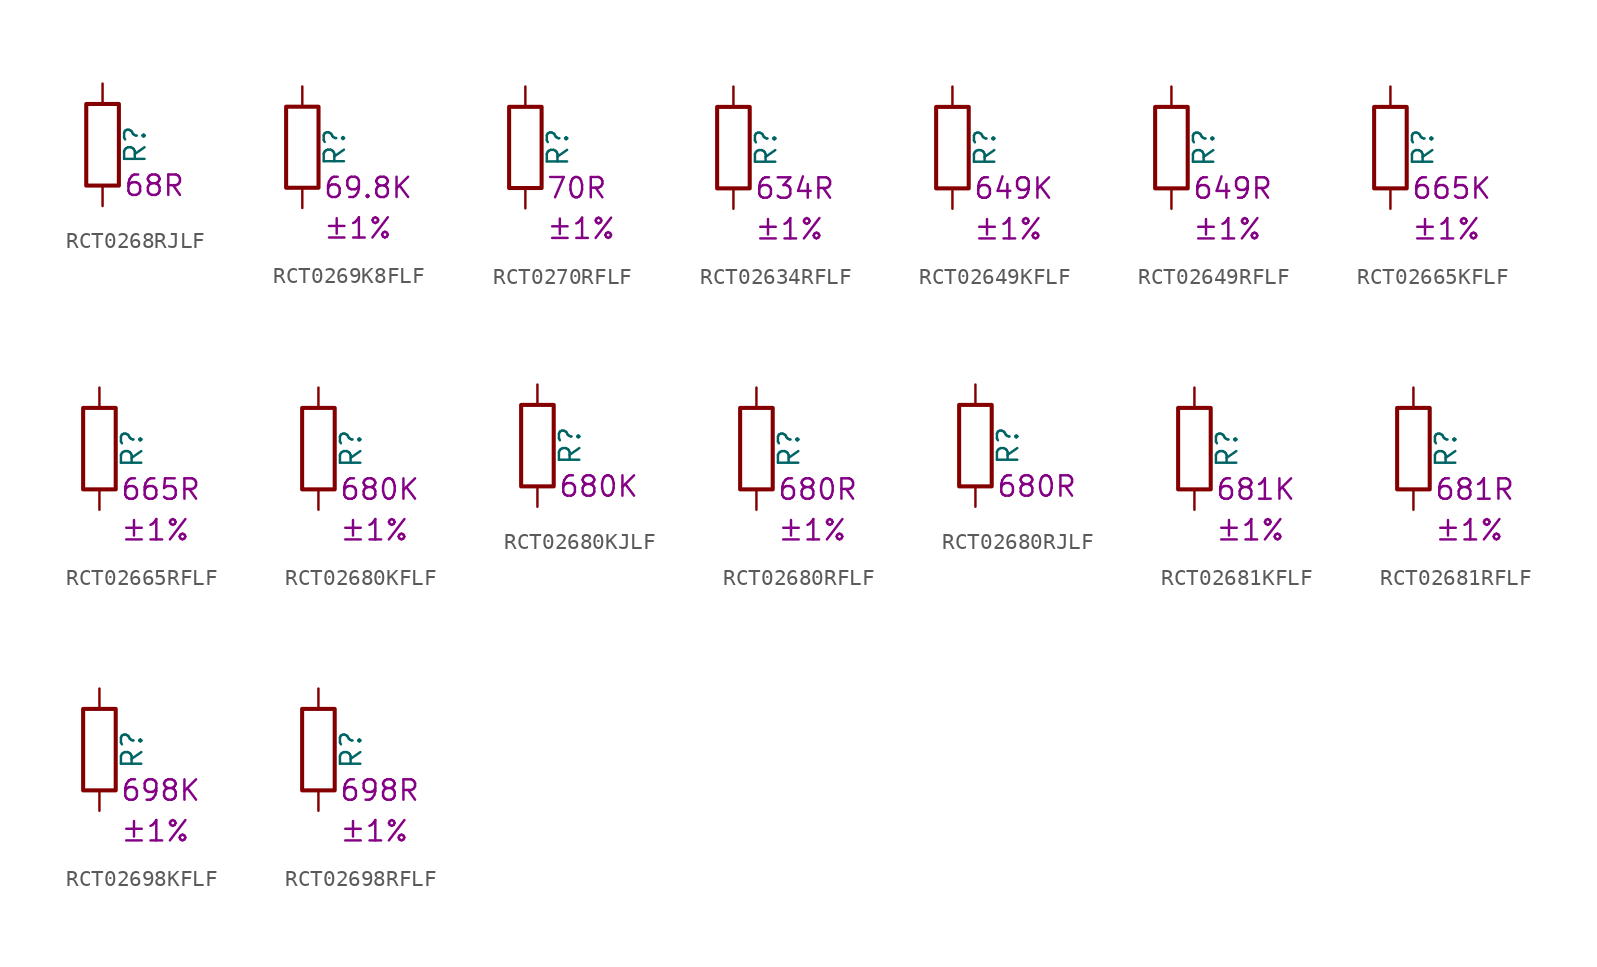
<source format=kicad_sym>
(kicad_symbol_lib
  (version 20220914)
  (generator kicad_symbol_editor)
  (symbol "RCT0268RJLF"
    (pin_numbers hide)
    (pin_names
      (offset 0))
    (property "Reference" "R"
      (at 2.032 0 90)
      (effects (font (size 1.27 1.27))))
    (property "Resistance" "68R"
      (at 1.27 -2.54 0)
      (effects (font (size 1.27 1.27)) (justify left)))
    (symbol "RCT0268RJLF_0_1"
      (rectangle (start -1.016 -2.54) (end 1.016 2.54) (stroke (width 0.254) (type default)) (fill (type none))))
    (symbol "RCT0268RJLF_1_1"
      (pin passive line (at 0 3.81 270) (length 1.27) (name "~" (effects (font (size 1.27 1.27)))) (number "1" (effects (font (size 1.27 1.27)))))
      (pin passive line (at 0 -3.81 90) (length 1.27) (name "~" (effects (font (size 1.27 1.27)))) (number "2" (effects (font (size 1.27 1.27)))))))
  (symbol "RCT0269K8FLF"
    (pin_numbers hide)
    (pin_names
      (offset 0))
    (property "Reference" "R"
      (at 2.032 0 90)
      (effects (font (size 1.27 1.27))))
    (property "Resistance" "69.8K"
      (at 1.27 -2.54 0)
      (effects (font (size 1.27 1.27)) (justify left)))
    (property "Tolerance" "±1%"
      (at 1.27 -5.08 0)
      (effects (font (size 1.27 1.27)) (justify left)))
    (symbol "RCT0269K8FLF_0_1"
      (rectangle (start -1.016 -2.54) (end 1.016 2.54) (stroke (width 0.254) (type default)) (fill (type none))))
    (symbol "RCT0269K8FLF_1_1"
      (pin passive line (at 0 3.81 270) (length 1.27) (name "~" (effects (font (size 1.27 1.27)))) (number "1" (effects (font (size 1.27 1.27)))))
      (pin passive line (at 0 -3.81 90) (length 1.27) (name "~" (effects (font (size 1.27 1.27)))) (number "2" (effects (font (size 1.27 1.27)))))))
  (symbol "RCT0270RFLF"
    (pin_numbers hide)
    (pin_names
      (offset 0))
    (property "Reference" "R"
      (at 2.032 0 90)
      (effects (font (size 1.27 1.27))))
    (property "Resistance" "70R"
      (at 1.27 -2.54 0)
      (effects (font (size 1.27 1.27)) (justify left)))
    (property "Tolerance" "±1%"
      (at 1.27 -5.08 0)
      (effects (font (size 1.27 1.27)) (justify left)))
    (symbol "RCT0270RFLF_0_1"
      (rectangle (start -1.016 -2.54) (end 1.016 2.54) (stroke (width 0.254) (type default)) (fill (type none))))
    (symbol "RCT0270RFLF_1_1"
      (pin passive line (at 0 3.81 270) (length 1.27) (name "~" (effects (font (size 1.27 1.27)))) (number "1" (effects (font (size 1.27 1.27)))))
      (pin passive line (at 0 -3.81 90) (length 1.27) (name "~" (effects (font (size 1.27 1.27)))) (number "2" (effects (font (size 1.27 1.27)))))))
  (symbol "RCT02634RFLF"
    (pin_numbers hide)
    (pin_names
      (offset 0))
    (property "Reference" "R"
      (at 2.032 0 90)
      (effects (font (size 1.27 1.27))))
    (property "Resistance" "634R"
      (at 1.27 -2.54 0)
      (effects (font (size 1.27 1.27)) (justify left)))
    (property "Tolerance" "±1%"
      (at 1.27 -5.08 0)
      (effects (font (size 1.27 1.27)) (justify left)))
    (symbol "RCT02634RFLF_0_1"
      (rectangle (start -1.016 -2.54) (end 1.016 2.54) (stroke (width 0.254) (type default)) (fill (type none))))
    (symbol "RCT02634RFLF_1_1"
      (pin passive line (at 0 3.81 270) (length 1.27) (name "~" (effects (font (size 1.27 1.27)))) (number "1" (effects (font (size 1.27 1.27)))))
      (pin passive line (at 0 -3.81 90) (length 1.27) (name "~" (effects (font (size 1.27 1.27)))) (number "2" (effects (font (size 1.27 1.27)))))))
  (symbol "RCT02649KFLF"
    (pin_numbers hide)
    (pin_names
      (offset 0))
    (property "Reference" "R"
      (at 2.032 0 90)
      (effects (font (size 1.27 1.27))))
    (property "Resistance" "649K"
      (at 1.27 -2.54 0)
      (effects (font (size 1.27 1.27)) (justify left)))
    (property "Tolerance" "±1%"
      (at 1.27 -5.08 0)
      (effects (font (size 1.27 1.27)) (justify left)))
    (symbol "RCT02649KFLF_0_1"
      (rectangle (start -1.016 -2.54) (end 1.016 2.54) (stroke (width 0.254) (type default)) (fill (type none))))
    (symbol "RCT02649KFLF_1_1"
      (pin passive line (at 0 3.81 270) (length 1.27) (name "~" (effects (font (size 1.27 1.27)))) (number "1" (effects (font (size 1.27 1.27)))))
      (pin passive line (at 0 -3.81 90) (length 1.27) (name "~" (effects (font (size 1.27 1.27)))) (number "2" (effects (font (size 1.27 1.27)))))))
  (symbol "RCT02649RFLF"
    (pin_numbers hide)
    (pin_names
      (offset 0))
    (property "Reference" "R"
      (at 2.032 0 90)
      (effects (font (size 1.27 1.27))))
    (property "Resistance" "649R"
      (at 1.27 -2.54 0)
      (effects (font (size 1.27 1.27)) (justify left)))
    (property "Tolerance" "±1%"
      (at 1.27 -5.08 0)
      (effects (font (size 1.27 1.27)) (justify left)))
    (symbol "RCT02649RFLF_0_1"
      (rectangle (start -1.016 -2.54) (end 1.016 2.54) (stroke (width 0.254) (type default)) (fill (type none))))
    (symbol "RCT02649RFLF_1_1"
      (pin passive line (at 0 3.81 270) (length 1.27) (name "~" (effects (font (size 1.27 1.27)))) (number "1" (effects (font (size 1.27 1.27)))))
      (pin passive line (at 0 -3.81 90) (length 1.27) (name "~" (effects (font (size 1.27 1.27)))) (number "2" (effects (font (size 1.27 1.27)))))))
  (symbol "RCT02665KFLF"
    (pin_numbers hide)
    (pin_names
      (offset 0))
    (property "Reference" "R"
      (at 2.032 0 90)
      (effects (font (size 1.27 1.27))))
    (property "Resistance" "665K"
      (at 1.27 -2.54 0)
      (effects (font (size 1.27 1.27)) (justify left)))
    (property "Tolerance" "±1%"
      (at 1.27 -5.08 0)
      (effects (font (size 1.27 1.27)) (justify left)))
    (symbol "RCT02665KFLF_0_1"
      (rectangle (start -1.016 -2.54) (end 1.016 2.54) (stroke (width 0.254) (type default)) (fill (type none))))
    (symbol "RCT02665KFLF_1_1"
      (pin passive line (at 0 3.81 270) (length 1.27) (name "~" (effects (font (size 1.27 1.27)))) (number "1" (effects (font (size 1.27 1.27)))))
      (pin passive line (at 0 -3.81 90) (length 1.27) (name "~" (effects (font (size 1.27 1.27)))) (number "2" (effects (font (size 1.27 1.27)))))))
  (symbol "RCT02665RFLF"
    (pin_numbers hide)
    (pin_names
      (offset 0))
    (property "Reference" "R"
      (at 2.032 0 90)
      (effects (font (size 1.27 1.27))))
    (property "Resistance" "665R"
      (at 1.27 -2.54 0)
      (effects (font (size 1.27 1.27)) (justify left)))
    (property "Tolerance" "±1%"
      (at 1.27 -5.08 0)
      (effects (font (size 1.27 1.27)) (justify left)))
    (symbol "RCT02665RFLF_0_1"
      (rectangle (start -1.016 -2.54) (end 1.016 2.54) (stroke (width 0.254) (type default)) (fill (type none))))
    (symbol "RCT02665RFLF_1_1"
      (pin passive line (at 0 3.81 270) (length 1.27) (name "~" (effects (font (size 1.27 1.27)))) (number "1" (effects (font (size 1.27 1.27)))))
      (pin passive line (at 0 -3.81 90) (length 1.27) (name "~" (effects (font (size 1.27 1.27)))) (number "2" (effects (font (size 1.27 1.27)))))))
  (symbol "RCT02680KFLF"
    (pin_numbers hide)
    (pin_names
      (offset 0))
    (property "Reference" "R"
      (at 2.032 0 90)
      (effects (font (size 1.27 1.27))))
    (property "Resistance" "680K"
      (at 1.27 -2.54 0)
      (effects (font (size 1.27 1.27)) (justify left)))
    (property "Tolerance" "±1%"
      (at 1.27 -5.08 0)
      (effects (font (size 1.27 1.27)) (justify left)))
    (symbol "RCT02680KFLF_0_1"
      (rectangle (start -1.016 -2.54) (end 1.016 2.54) (stroke (width 0.254) (type default)) (fill (type none))))
    (symbol "RCT02680KFLF_1_1"
      (pin passive line (at 0 3.81 270) (length 1.27) (name "~" (effects (font (size 1.27 1.27)))) (number "1" (effects (font (size 1.27 1.27)))))
      (pin passive line (at 0 -3.81 90) (length 1.27) (name "~" (effects (font (size 1.27 1.27)))) (number "2" (effects (font (size 1.27 1.27)))))))
  (symbol "RCT02680KJLF"
    (pin_numbers hide)
    (pin_names
      (offset 0))
    (property "Reference" "R"
      (at 2.032 0 90)
      (effects (font (size 1.27 1.27))))
    (property "Resistance" "680K"
      (at 1.27 -2.54 0)
      (effects (font (size 1.27 1.27)) (justify left)))
    (symbol "RCT02680KJLF_0_1"
      (rectangle (start -1.016 -2.54) (end 1.016 2.54) (stroke (width 0.254) (type default)) (fill (type none))))
    (symbol "RCT02680KJLF_1_1"
      (pin passive line (at 0 3.81 270) (length 1.27) (name "~" (effects (font (size 1.27 1.27)))) (number "1" (effects (font (size 1.27 1.27)))))
      (pin passive line (at 0 -3.81 90) (length 1.27) (name "~" (effects (font (size 1.27 1.27)))) (number "2" (effects (font (size 1.27 1.27)))))))
  (symbol "RCT02680RFLF"
    (pin_numbers hide)
    (pin_names
      (offset 0))
    (property "Reference" "R"
      (at 2.032 0 90)
      (effects (font (size 1.27 1.27))))
    (property "Resistance" "680R"
      (at 1.27 -2.54 0)
      (effects (font (size 1.27 1.27)) (justify left)))
    (property "Tolerance" "±1%"
      (at 1.27 -5.08 0)
      (effects (font (size 1.27 1.27)) (justify left)))
    (symbol "RCT02680RFLF_0_1"
      (rectangle (start -1.016 -2.54) (end 1.016 2.54) (stroke (width 0.254) (type default)) (fill (type none))))
    (symbol "RCT02680RFLF_1_1"
      (pin passive line (at 0 3.81 270) (length 1.27) (name "~" (effects (font (size 1.27 1.27)))) (number "1" (effects (font (size 1.27 1.27)))))
      (pin passive line (at 0 -3.81 90) (length 1.27) (name "~" (effects (font (size 1.27 1.27)))) (number "2" (effects (font (size 1.27 1.27)))))))
  (symbol "RCT02680RJLF"
    (pin_numbers hide)
    (pin_names
      (offset 0))
    (property "Reference" "R"
      (at 2.032 0 90)
      (effects (font (size 1.27 1.27))))
    (property "Resistance" "680R"
      (at 1.27 -2.54 0)
      (effects (font (size 1.27 1.27)) (justify left)))
    (symbol "RCT02680RJLF_0_1"
      (rectangle (start -1.016 -2.54) (end 1.016 2.54) (stroke (width 0.254) (type default)) (fill (type none))))
    (symbol "RCT02680RJLF_1_1"
      (pin passive line (at 0 3.81 270) (length 1.27) (name "~" (effects (font (size 1.27 1.27)))) (number "1" (effects (font (size 1.27 1.27)))))
      (pin passive line (at 0 -3.81 90) (length 1.27) (name "~" (effects (font (size 1.27 1.27)))) (number "2" (effects (font (size 1.27 1.27)))))))
  (symbol "RCT02681KFLF"
    (pin_numbers hide)
    (pin_names
      (offset 0))
    (property "Reference" "R"
      (at 2.032 0 90)
      (effects (font (size 1.27 1.27))))
    (property "Resistance" "681K"
      (at 1.27 -2.54 0)
      (effects (font (size 1.27 1.27)) (justify left)))
    (property "Tolerance" "±1%"
      (at 1.27 -5.08 0)
      (effects (font (size 1.27 1.27)) (justify left)))
    (symbol "RCT02681KFLF_0_1"
      (rectangle (start -1.016 -2.54) (end 1.016 2.54) (stroke (width 0.254) (type default)) (fill (type none))))
    (symbol "RCT02681KFLF_1_1"
      (pin passive line (at 0 3.81 270) (length 1.27) (name "~" (effects (font (size 1.27 1.27)))) (number "1" (effects (font (size 1.27 1.27)))))
      (pin passive line (at 0 -3.81 90) (length 1.27) (name "~" (effects (font (size 1.27 1.27)))) (number "2" (effects (font (size 1.27 1.27)))))))
  (symbol "RCT02681RFLF"
    (pin_numbers hide)
    (pin_names
      (offset 0))
    (property "Reference" "R"
      (at 2.032 0 90)
      (effects (font (size 1.27 1.27))))
    (property "Resistance" "681R"
      (at 1.27 -2.54 0)
      (effects (font (size 1.27 1.27)) (justify left)))
    (property "Tolerance" "±1%"
      (at 1.27 -5.08 0)
      (effects (font (size 1.27 1.27)) (justify left)))
    (symbol "RCT02681RFLF_0_1"
      (rectangle (start -1.016 -2.54) (end 1.016 2.54) (stroke (width 0.254) (type default)) (fill (type none))))
    (symbol "RCT02681RFLF_1_1"
      (pin passive line (at 0 3.81 270) (length 1.27) (name "~" (effects (font (size 1.27 1.27)))) (number "1" (effects (font (size 1.27 1.27)))))
      (pin passive line (at 0 -3.81 90) (length 1.27) (name "~" (effects (font (size 1.27 1.27)))) (number "2" (effects (font (size 1.27 1.27)))))))
  (symbol "RCT02698KFLF"
    (pin_numbers hide)
    (pin_names
      (offset 0))
    (property "Reference" "R"
      (at 2.032 0 90)
      (effects (font (size 1.27 1.27))))
    (property "Resistance" "698K"
      (at 1.27 -2.54 0)
      (effects (font (size 1.27 1.27)) (justify left)))
    (property "Tolerance" "±1%"
      (at 1.27 -5.08 0)
      (effects (font (size 1.27 1.27)) (justify left)))
    (symbol "RCT02698KFLF_0_1"
      (rectangle (start -1.016 -2.54) (end 1.016 2.54) (stroke (width 0.254) (type default)) (fill (type none))))
    (symbol "RCT02698KFLF_1_1"
      (pin passive line (at 0 3.81 270) (length 1.27) (name "~" (effects (font (size 1.27 1.27)))) (number "1" (effects (font (size 1.27 1.27)))))
      (pin passive line (at 0 -3.81 90) (length 1.27) (name "~" (effects (font (size 1.27 1.27)))) (number "2" (effects (font (size 1.27 1.27)))))))
  (symbol "RCT02698RFLF"
    (pin_numbers hide)
    (pin_names
      (offset 0))
    (property "Reference" "R"
      (at 2.032 0 90)
      (effects (font (size 1.27 1.27))))
    (property "Resistance" "698R"
      (at 1.27 -2.54 0)
      (effects (font (size 1.27 1.27)) (justify left)))
    (property "Tolerance" "±1%"
      (at 1.27 -5.08 0)
      (effects (font (size 1.27 1.27)) (justify left)))
    (symbol "RCT02698RFLF_0_1"
      (rectangle (start -1.016 -2.54) (end 1.016 2.54) (stroke (width 0.254) (type default)) (fill (type none))))
    (symbol "RCT02698RFLF_1_1"
      (pin passive line (at 0 3.81 270) (length 1.27) (name "~" (effects (font (size 1.27 1.27)))) (number "1" (effects (font (size 1.27 1.27)))))
      (pin passive line (at 0 -3.81 90) (length 1.27) (name "~" (effects (font (size 1.27 1.27)))) (number "2" (effects (font (size 1.27 1.27))))))))
</source>
